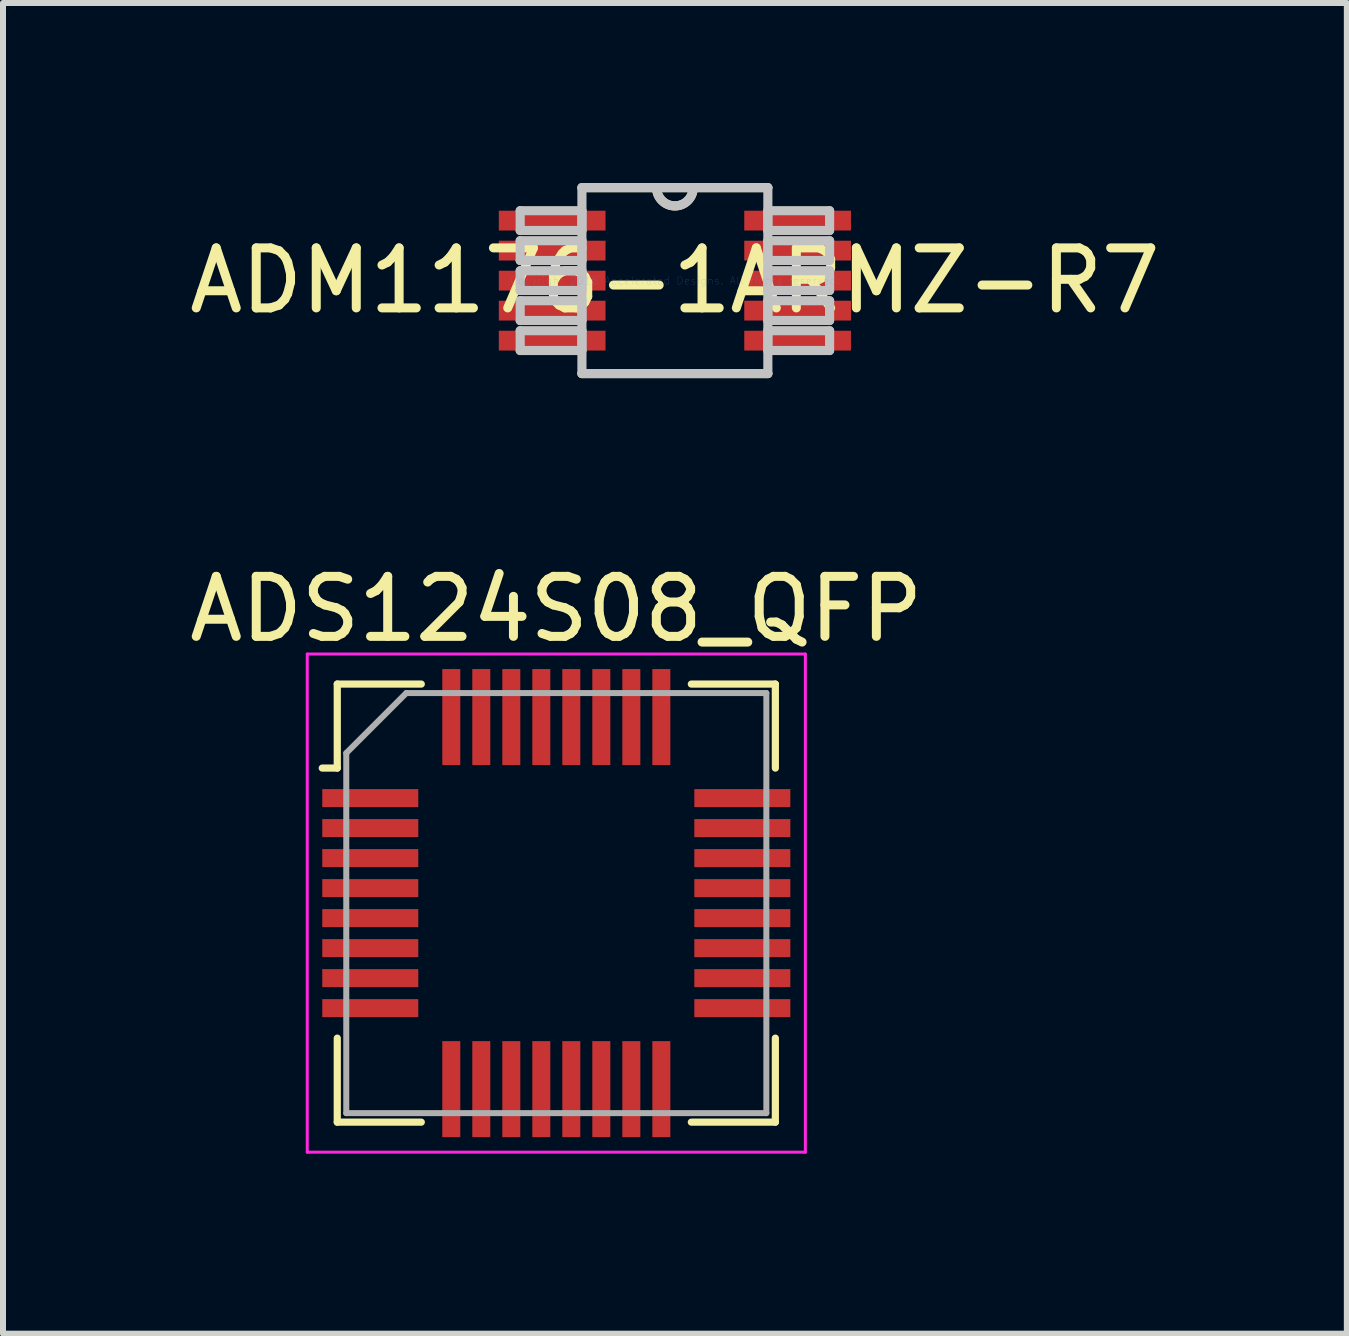
<source format=kicad_pcb>
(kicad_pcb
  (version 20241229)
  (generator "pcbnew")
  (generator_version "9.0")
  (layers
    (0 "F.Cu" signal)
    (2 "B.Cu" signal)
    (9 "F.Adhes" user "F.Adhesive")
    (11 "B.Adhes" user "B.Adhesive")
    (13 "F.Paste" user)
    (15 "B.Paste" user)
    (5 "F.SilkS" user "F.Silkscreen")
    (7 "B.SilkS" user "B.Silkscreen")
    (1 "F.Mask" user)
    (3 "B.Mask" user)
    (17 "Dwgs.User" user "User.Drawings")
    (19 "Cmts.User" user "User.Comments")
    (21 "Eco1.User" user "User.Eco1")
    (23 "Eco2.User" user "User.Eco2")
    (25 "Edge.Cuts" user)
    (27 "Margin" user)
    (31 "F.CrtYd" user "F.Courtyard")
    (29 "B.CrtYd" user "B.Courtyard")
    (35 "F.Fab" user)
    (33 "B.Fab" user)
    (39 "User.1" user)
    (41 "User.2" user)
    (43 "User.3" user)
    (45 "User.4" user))
  (footprint "ADS124S08_QFP"
    (layer "F.Cu")
    (at 6.22 11.999)
    (property "Reference" "ADS124S08_QFP" (at 0 -4.9 0) (layer "F.SilkS") (effects (font (size 1 1) (thickness 0.15))))
    (attr smd)
    (fp_line (start -3.65 -3.65) (end -3.65 -2.25) (stroke (width 0.12) (type solid)) (layer "F.SilkS"))
    (fp_line (start -3.65 -2.25) (end -3.9 -2.25) (stroke (width 0.12) (type solid)) (layer "F.SilkS"))
    (fp_line (start -3.65 3.65) (end -3.65 2.25) (stroke (width 0.12) (type solid)) (layer "F.SilkS"))
    (fp_line (start -2.25 -3.65) (end -3.65 -3.65) (stroke (width 0.12) (type solid)) (layer "F.SilkS"))
    (fp_line (start -2.25 3.65) (end -3.65 3.65) (stroke (width 0.12) (type solid)) (layer "F.SilkS"))
    (fp_line (start 2.25 -3.65) (end 3.65 -3.65) (stroke (width 0.12) (type solid)) (layer "F.SilkS"))
    (fp_line (start 2.25 3.65) (end 3.65 3.65) (stroke (width 0.12) (type solid)) (layer "F.SilkS"))
    (fp_line (start 3.65 -3.65) (end 3.65 -2.25) (stroke (width 0.12) (type solid)) (layer "F.SilkS"))
    (fp_line (start 3.65 3.65) (end 3.65 2.25) (stroke (width 0.12) (type solid)) (layer "F.SilkS"))
    (fp_line (start -4.15 -4.15) (end 4.15 -4.15) (stroke (width 0.05) (type solid)) (layer "F.CrtYd"))
    (fp_line (start -4.15 4.15) (end -4.15 -4.15) (stroke (width 0.05) (type solid)) (layer "F.CrtYd"))
    (fp_line (start 4.15 -4.15) (end 4.15 4.15) (stroke (width 0.05) (type solid)) (layer "F.CrtYd"))
    (fp_line (start 4.15 4.15) (end -4.15 4.15) (stroke (width 0.05) (type solid)) (layer "F.CrtYd"))
    (fp_line (start -3.5 -2.5) (end -3.5 3.5) (stroke (width 0.1) (type solid)) (layer "F.Fab"))
    (fp_line (start -3.5 3.5) (end 3.5 3.5) (stroke (width 0.1) (type solid)) (layer "F.Fab"))
    (fp_line (start -2.5 -3.5) (end -3.5 -2.5) (stroke (width 0.1) (type solid)) (layer "F.Fab"))
    (fp_line (start 3.5 -3.5) (end -2.5 -3.5) (stroke (width 0.1) (type solid)) (layer "F.Fab"))
    (fp_line (start 3.5 3.5) (end 3.5 -3.5) (stroke (width 0.1) (type solid)) (layer "F.Fab"))
    (pad "1" smd rect (at -3.1 -1.75 90) (size 0.3 1.6) (layers "F.Cu" "F.Mask" "F.Paste"))
    (pad "2" smd rect (at -3.1 -1.25 90) (size 0.3 1.6) (layers "F.Cu" "F.Mask" "F.Paste"))
    (pad "3" smd rect (at -3.1 -0.75 90) (size 0.3 1.6) (layers "F.Cu" "F.Mask" "F.Paste"))
    (pad "4" smd rect (at -3.1 -0.25 90) (size 0.3 1.6) (layers "F.Cu" "F.Mask" "F.Paste"))
    (pad "5" smd rect (at -3.1 0.25 90) (size 0.3 1.6) (layers "F.Cu" "F.Mask" "F.Paste"))
    (pad "6" smd rect (at -3.1 0.75 90) (size 0.3 1.6) (layers "F.Cu" "F.Mask" "F.Paste"))
    (pad "7" smd rect (at -3.1 1.25 90) (size 0.3 1.6) (layers "F.Cu" "F.Mask" "F.Paste"))
    (pad "8" smd rect (at -3.1 1.75 90) (size 0.3 1.6) (layers "F.Cu" "F.Mask" "F.Paste"))
    (pad "9" smd rect (at -1.75 3.1) (size 0.3 1.6) (layers "F.Cu" "F.Mask" "F.Paste"))
    (pad "10" smd rect (at -1.25 3.1) (size 0.3 1.6) (layers "F.Cu" "F.Mask" "F.Paste"))
    (pad "11" smd rect (at -0.75 3.1) (size 0.3 1.6) (layers "F.Cu" "F.Mask" "F.Paste"))
    (pad "12" smd rect (at -0.25 3.1) (size 0.3 1.6) (layers "F.Cu" "F.Mask" "F.Paste"))
    (pad "13" smd rect (at 0.25 3.1) (size 0.3 1.6) (layers "F.Cu" "F.Mask" "F.Paste"))
    (pad "14" smd rect (at 0.75 3.1) (size 0.3 1.6) (layers "F.Cu" "F.Mask" "F.Paste"))
    (pad "15" smd rect (at 1.25 3.1) (size 0.3 1.6) (layers "F.Cu" "F.Mask" "F.Paste"))
    (pad "16" smd rect (at 1.75 3.1) (size 0.3 1.6) (layers "F.Cu" "F.Mask" "F.Paste"))
    (pad "17" smd rect (at 3.1 1.75 90) (size 0.3 1.6) (layers "F.Cu" "F.Mask" "F.Paste"))
    (pad "18" smd rect (at 3.1 1.25 90) (size 0.3 1.6) (layers "F.Cu" "F.Mask" "F.Paste"))
    (pad "19" smd rect (at 3.1 0.75 90) (size 0.3 1.6) (layers "F.Cu" "F.Mask" "F.Paste"))
    (pad "20" smd rect (at 3.1 0.25 90) (size 0.3 1.6) (layers "F.Cu" "F.Mask" "F.Paste"))
    (pad "21" smd rect (at 3.1 -0.25 90) (size 0.3 1.6) (layers "F.Cu" "F.Mask" "F.Paste"))
    (pad "22" smd rect (at 3.1 -0.75 90) (size 0.3 1.6) (layers "F.Cu" "F.Mask" "F.Paste"))
    (pad "23" smd rect (at 3.1 -1.25 90) (size 0.3 1.6) (layers "F.Cu" "F.Mask" "F.Paste"))
    (pad "24" smd rect (at 3.1 -1.75 90) (size 0.3 1.6) (layers "F.Cu" "F.Mask" "F.Paste"))
    (pad "25" smd rect (at 1.75 -3.1) (size 0.3 1.6) (layers "F.Cu" "F.Mask" "F.Paste"))
    (pad "26" smd rect (at 1.25 -3.1) (size 0.3 1.6) (layers "F.Cu" "F.Mask" "F.Paste"))
    (pad "27" smd rect (at 0.75 -3.1) (size 0.3 1.6) (layers "F.Cu" "F.Mask" "F.Paste"))
    (pad "28" smd rect (at 0.25 -3.1) (size 0.3 1.6) (layers "F.Cu" "F.Mask" "F.Paste"))
    (pad "29" smd rect (at -0.25 -3.1) (size 0.3 1.6) (layers "F.Cu" "F.Mask" "F.Paste"))
    (pad "30" smd rect (at -0.75 -3.1) (size 0.3 1.6) (layers "F.Cu" "F.Mask" "F.Paste"))
    (pad "31" smd rect (at -1.25 -3.1) (size 0.3 1.6) (layers "F.Cu" "F.Mask" "F.Paste"))
    (pad "32" smd rect (at -1.75 -3.1) (size 0.3 1.6) (layers "F.Cu" "F.Mask" "F.Paste")))
  (footprint "ADM1176-1ARMZ-R7"
    (layer "F.Cu")
    (at 8.196 1.626)
    (property "Reference" "ADM1176-1ARMZ-R7" (at 0 0 0) (layer "F.SilkS") (effects (font (size 1 1) (thickness 0.15))))
    (attr through_hole)
    (fp_line (start -1.549 1.549) (end 1.549 1.549) (stroke (width 0.152) (type solid)) (layer "F.SilkS"))
    (fp_line (start 1.549 -1.549) (end -1.549 -1.549) (stroke (width 0.152) (type solid)) (layer "F.SilkS"))
    (fp_arc (start 0.3048 -1.5494) (mid 0 -1.2446) (end -0.3048 -1.5494) (stroke (width 0.1524) (type solid)) (layer "F.SilkS"))
    (fp_line (start -2.578 -1.165) (end -2.578 -0.835) (stroke (width 0.152) (type solid)) (layer "Dwgs.User"))
    (fp_line (start -2.578 -0.835) (end -1.549 -0.835) (stroke (width 0.152) (type solid)) (layer "Dwgs.User"))
    (fp_line (start -2.578 -0.665) (end -2.578 -0.335) (stroke (width 0.152) (type solid)) (layer "Dwgs.User"))
    (fp_line (start -2.578 -0.335) (end -1.549 -0.335) (stroke (width 0.152) (type solid)) (layer "Dwgs.User"))
    (fp_line (start -2.578 -0.165) (end -2.578 0.165) (stroke (width 0.152) (type solid)) (layer "Dwgs.User"))
    (fp_line (start -2.578 0.165) (end -1.549 0.165) (stroke (width 0.152) (type solid)) (layer "Dwgs.User"))
    (fp_line (start -2.578 0.335) (end -2.578 0.665) (stroke (width 0.152) (type solid)) (layer "Dwgs.User"))
    (fp_line (start -2.578 0.665) (end -1.549 0.665) (stroke (width 0.152) (type solid)) (layer "Dwgs.User"))
    (fp_line (start -2.578 0.835) (end -2.578 1.165) (stroke (width 0.152) (type solid)) (layer "Dwgs.User"))
    (fp_line (start -2.578 1.165) (end -1.549 1.165) (stroke (width 0.152) (type solid)) (layer "Dwgs.User"))
    (fp_line (start -1.549 -1.549) (end -1.549 1.549) (stroke (width 0.152) (type solid)) (layer "Dwgs.User"))
    (fp_line (start -1.549 -1.165) (end -2.578 -1.165) (stroke (width 0.152) (type solid)) (layer "Dwgs.User"))
    (fp_line (start -1.549 -0.835) (end -1.549 -1.165) (stroke (width 0.152) (type solid)) (layer "Dwgs.User"))
    (fp_line (start -1.549 -0.665) (end -2.578 -0.665) (stroke (width 0.152) (type solid)) (layer "Dwgs.User"))
    (fp_line (start -1.549 -0.335) (end -1.549 -0.665) (stroke (width 0.152) (type solid)) (layer "Dwgs.User"))
    (fp_line (start -1.549 -0.165) (end -2.578 -0.165) (stroke (width 0.152) (type solid)) (layer "Dwgs.User"))
    (fp_line (start -1.549 0.165) (end -1.549 -0.165) (stroke (width 0.152) (type solid)) (layer "Dwgs.User"))
    (fp_line (start -1.549 0.335) (end -2.578 0.335) (stroke (width 0.152) (type solid)) (layer "Dwgs.User"))
    (fp_line (start -1.549 0.665) (end -1.549 0.335) (stroke (width 0.152) (type solid)) (layer "Dwgs.User"))
    (fp_line (start -1.549 0.835) (end -2.578 0.835) (stroke (width 0.152) (type solid)) (layer "Dwgs.User"))
    (fp_line (start -1.549 1.165) (end -1.549 0.835) (stroke (width 0.152) (type solid)) (layer "Dwgs.User"))
    (fp_line (start -1.549 1.549) (end 1.549 1.549) (stroke (width 0.152) (type solid)) (layer "Dwgs.User"))
    (fp_line (start 1.549 -1.549) (end -1.549 -1.549) (stroke (width 0.152) (type solid)) (layer "Dwgs.User"))
    (fp_line (start 1.549 -1.165) (end 1.549 -0.835) (stroke (width 0.152) (type solid)) (layer "Dwgs.User"))
    (fp_line (start 1.549 -0.835) (end 2.578 -0.835) (stroke (width 0.152) (type solid)) (layer "Dwgs.User"))
    (fp_line (start 1.549 -0.665) (end 1.549 -0.335) (stroke (width 0.152) (type solid)) (layer "Dwgs.User"))
    (fp_line (start 1.549 -0.335) (end 2.578 -0.335) (stroke (width 0.152) (type solid)) (layer "Dwgs.User"))
    (fp_line (start 1.549 -0.165) (end 1.549 0.165) (stroke (width 0.152) (type solid)) (layer "Dwgs.User"))
    (fp_line (start 1.549 0.165) (end 2.578 0.165) (stroke (width 0.152) (type solid)) (layer "Dwgs.User"))
    (fp_line (start 1.549 0.335) (end 1.549 0.665) (stroke (width 0.152) (type solid)) (layer "Dwgs.User"))
    (fp_line (start 1.549 0.665) (end 2.578 0.665) (stroke (width 0.152) (type solid)) (layer "Dwgs.User"))
    (fp_line (start 1.549 0.835) (end 1.549 1.165) (stroke (width 0.152) (type solid)) (layer "Dwgs.User"))
    (fp_line (start 1.549 1.165) (end 2.578 1.165) (stroke (width 0.152) (type solid)) (layer "Dwgs.User"))
    (fp_line (start 1.549 1.549) (end 1.549 -1.549) (stroke (width 0.152) (type solid)) (layer "Dwgs.User"))
    (fp_line (start 2.578 -1.165) (end 1.549 -1.165) (stroke (width 0.152) (type solid)) (layer "Dwgs.User"))
    (fp_line (start 2.578 -0.835) (end 2.578 -1.165) (stroke (width 0.152) (type solid)) (layer "Dwgs.User"))
    (fp_line (start 2.578 -0.665) (end 1.549 -0.665) (stroke (width 0.152) (type solid)) (layer "Dwgs.User"))
    (fp_line (start 2.578 -0.335) (end 2.578 -0.665) (stroke (width 0.152) (type solid)) (layer "Dwgs.User"))
    (fp_line (start 2.578 -0.165) (end 1.549 -0.165) (stroke (width 0.152) (type solid)) (layer "Dwgs.User"))
    (fp_line (start 2.578 0.165) (end 2.578 -0.165) (stroke (width 0.152) (type solid)) (layer "Dwgs.User"))
    (fp_line (start 2.578 0.335) (end 1.549 0.335) (stroke (width 0.152) (type solid)) (layer "Dwgs.User"))
    (fp_line (start 2.578 0.665) (end 2.578 0.335) (stroke (width 0.152) (type solid)) (layer "Dwgs.User"))
    (fp_line (start 2.578 0.835) (end 1.549 0.835) (stroke (width 0.152) (type solid)) (layer "Dwgs.User"))
    (fp_line (start 2.578 1.165) (end 2.578 0.835) (stroke (width 0.152) (type solid)) (layer "Dwgs.User"))
    (fp_arc (start 0.3048 -1.5494) (mid 0 -1.2446) (end -0.3048 -1.5494) (stroke (width 0.1524) (type solid)) (layer "Dwgs.User"))
    (fp_text user "Copyright 2016 Accelerated Designs. All rights reserved." (at 0 0 0) (layer "Cmts.User") (effects (font (size 0.127 0.127) (thickness 0.002))))
    (pad "1" smd rect (at -2.045 -1) (size 1.778 0.33) (layers "F.Cu" "F.Mask" "F.Paste"))
    (pad "2" smd rect (at -2.045 -0.5) (size 1.778 0.33) (layers "F.Cu" "F.Mask" "F.Paste"))
    (pad "3" smd rect (at -2.045 0) (size 1.778 0.33) (layers "F.Cu" "F.Mask" "F.Paste"))
    (pad "4" smd rect (at -2.045 0.5) (size 1.778 0.33) (layers "F.Cu" "F.Mask" "F.Paste"))
    (pad "5" smd rect (at -2.045 1) (size 1.778 0.33) (layers "F.Cu" "F.Mask" "F.Paste"))
    (pad "6" smd rect (at 2.045 1) (size 1.778 0.33) (layers "F.Cu" "F.Mask" "F.Paste"))
    (pad "7" smd rect (at 2.045 0.5) (size 1.778 0.33) (layers "F.Cu" "F.Mask" "F.Paste"))
    (pad "8" smd rect (at 2.045 0) (size 1.778 0.33) (layers "F.Cu" "F.Mask" "F.Paste"))
    (pad "9" smd rect (at 2.045 -0.5) (size 1.778 0.33) (layers "F.Cu" "F.Mask" "F.Paste"))
    (pad "10" smd rect (at 2.045 -1) (size 1.778 0.33) (layers "F.Cu" "F.Mask" "F.Paste")))
  (gr_rect
    (start -3 -3)
    (end 19.393 19.174)
    (stroke (width 0.1) (type default))
    (fill no)
    (layer "Edge.Cuts")))
</source>
